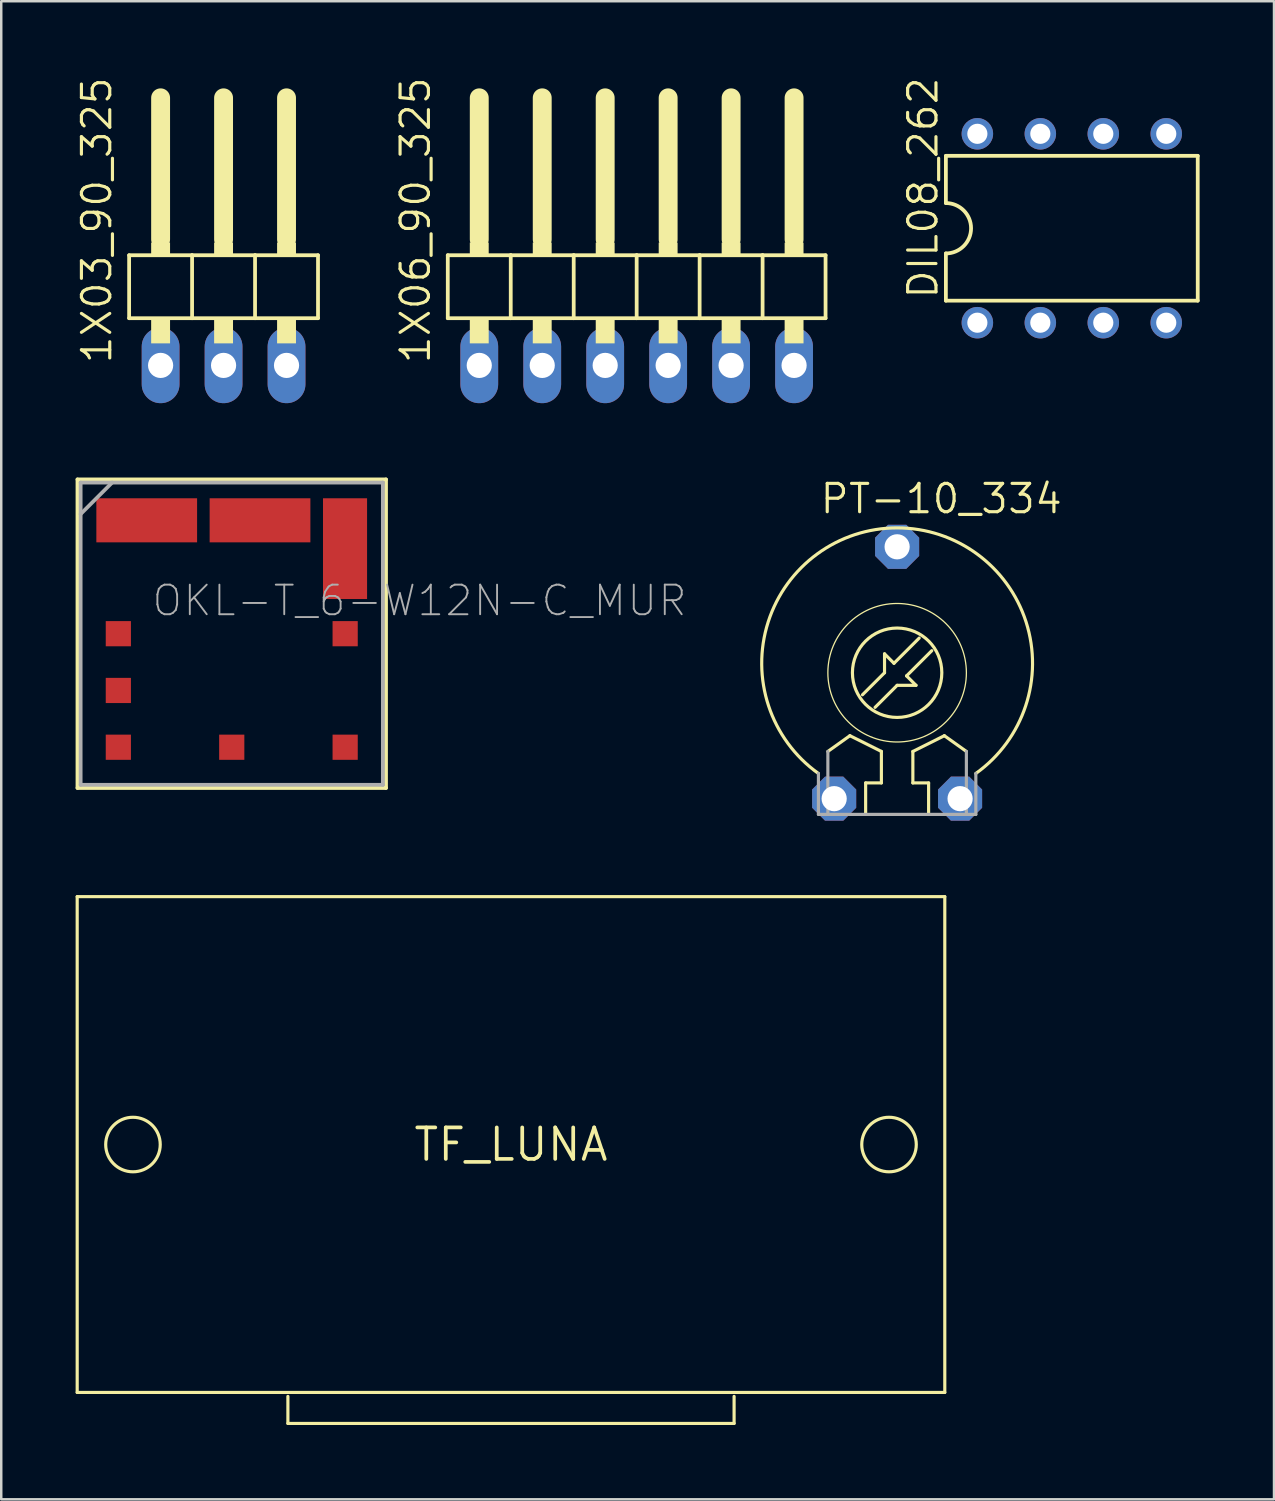
<source format=kicad_pcb>
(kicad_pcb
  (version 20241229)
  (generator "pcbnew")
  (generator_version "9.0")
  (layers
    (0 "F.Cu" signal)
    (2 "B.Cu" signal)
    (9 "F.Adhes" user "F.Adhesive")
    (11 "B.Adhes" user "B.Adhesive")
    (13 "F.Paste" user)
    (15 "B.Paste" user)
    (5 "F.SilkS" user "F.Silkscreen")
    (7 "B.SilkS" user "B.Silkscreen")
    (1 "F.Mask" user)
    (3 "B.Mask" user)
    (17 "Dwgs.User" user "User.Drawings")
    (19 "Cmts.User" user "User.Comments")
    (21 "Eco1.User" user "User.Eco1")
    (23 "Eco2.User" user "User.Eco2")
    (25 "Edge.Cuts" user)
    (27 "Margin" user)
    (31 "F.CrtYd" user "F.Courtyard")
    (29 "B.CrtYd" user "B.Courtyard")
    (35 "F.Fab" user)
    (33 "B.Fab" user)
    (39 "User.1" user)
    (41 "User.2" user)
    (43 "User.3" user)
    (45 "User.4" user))
  (footprint "PT-10_334"
    (layer "F.Cu")
    (at 33.141 24.089)
    (property "Reference" "PT-10_334" (at -3.175 -6.35 0) (unlocked yes) (layer "F.SilkS") (effects (font (size 1.143 1.143) (thickness 0.127)) (justify left bottom)))
    (fp_line (start -2.794 3.175) (end -1.905 2.54) (stroke (width 0.127) (type solid)) (layer "F.SilkS"))
    (fp_line (start -1.905 2.54) (end -0.635 3.175) (stroke (width 0.127) (type solid)) (layer "F.SilkS"))
    (fp_line (start -1.27 4.445) (end -1.27 5.715) (stroke (width 0.127) (type solid)) (layer "F.SilkS"))
    (fp_line (start -0.635 3.175) (end -0.635 4.445) (stroke (width 0.127) (type solid)) (layer "F.SilkS"))
    (fp_line (start -0.635 4.445) (end -1.27 4.445) (stroke (width 0.127) (type solid)) (layer "F.SilkS"))
    (fp_line (start -0.508 -0.762) (end -0.508 0) (stroke (width 0.127) (type solid)) (layer "F.SilkS"))
    (fp_line (start -0.508 0) (end -1.397 0.889) (stroke (width 0.127) (type solid)) (layer "F.SilkS"))
    (fp_line (start -0.127 -0.381) (end -0.508 -0.762) (stroke (width 0.127) (type solid)) (layer "F.SilkS"))
    (fp_line (start 0 0.508) (end -0.889 1.397) (stroke (width 0.127) (type solid)) (layer "F.SilkS"))
    (fp_line (start 0.381 0.127) (end 0.762 0.508) (stroke (width 0.127) (type solid)) (layer "F.SilkS"))
    (fp_line (start 0.635 3.175) (end 1.905 2.54) (stroke (width 0.127) (type solid)) (layer "F.SilkS"))
    (fp_line (start 0.635 4.445) (end 0.635 3.175) (stroke (width 0.127) (type solid)) (layer "F.SilkS"))
    (fp_line (start 0.762 0.508) (end 0 0.508) (stroke (width 0.127) (type solid)) (layer "F.SilkS"))
    (fp_line (start 0.889 -1.397) (end -0.127 -0.381) (stroke (width 0.127) (type solid)) (layer "F.SilkS"))
    (fp_line (start 1.27 4.445) (end 0.635 4.445) (stroke (width 0.127) (type solid)) (layer "F.SilkS"))
    (fp_line (start 1.27 5.715) (end 1.27 4.445) (stroke (width 0.127) (type solid)) (layer "F.SilkS"))
    (fp_line (start 1.397 -0.889) (end 0.381 0.127) (stroke (width 0.127) (type solid)) (layer "F.SilkS"))
    (fp_line (start 1.905 2.54) (end 2.794 3.175) (stroke (width 0.127) (type solid)) (layer "F.SilkS"))
    (fp_arc (start -3.175 4.064) (mid 0.000001 -5.843475) (end 3.174999 4.064001) (stroke (width 0.127) (type solid)) (layer "F.SilkS"))
    (fp_circle (center 0 0) (end 1.803 0) (stroke (width 0.127) (type solid)) (fill no) (layer "F.SilkS"))
    (fp_circle (center 0 0) (end 2.794 0) (stroke (width 0.051) (type solid)) (fill no) (layer "F.SilkS"))
    (fp_line (start -3.175 5.715) (end -3.175 4.064) (stroke (width 0.127) (type solid)) (layer "F.Fab"))
    (fp_line (start -3.175 5.715) (end 3.175 5.715) (stroke (width 0.127) (type solid)) (layer "F.Fab"))
    (fp_line (start -2.794 5.715) (end -2.794 3.175) (stroke (width 0.127) (type solid)) (layer "F.Fab"))
    (fp_line (start 2.794 3.175) (end 2.794 5.715) (stroke (width 0.127) (type solid)) (layer "F.Fab"))
    (fp_line (start 3.175 4.064) (end 3.175 5.715) (stroke (width 0.127) (type solid)) (layer "F.Fab"))
    (pad "1" thru_hole roundrect (at -2.54 5.08) (size 1.778 1.778) (drill 1.016) (layers "*.Cu" "*.Mask") (roundrect_rratio 0.25) (chamfer_ratio 0.293) (chamfer top_left top_right bottom_left bottom_right))
    (pad "2" thru_hole roundrect (at 2.54 5.08) (size 1.778 1.778) (drill 1.016) (layers "*.Cu" "*.Mask") (roundrect_rratio 0.25) (chamfer_ratio 0.293) (chamfer top_left top_right bottom_left bottom_right))
    (pad "3" thru_hole roundrect (at 0 -5.08) (size 1.778 1.778) (drill 1.016) (layers "*.Cu" "*.Mask") (roundrect_rratio 0.25) (chamfer_ratio 0.293) (chamfer top_left top_right bottom_left bottom_right)))
  (footprint "1X06_90_325"
    (layer "F.Cu")
    (at 22.634 7.881)
    (property "Reference" "1X06_90_325" (at -8.255 3.81 90) (unlocked yes) (layer "F.SilkS") (effects (font (size 1.143 1.143) (thickness 0.127)) (justify left bottom)))
    (fp_line (start -7.62 -0.635) (end -7.62 1.905) (stroke (width 0.152) (type solid)) (layer "F.SilkS"))
    (fp_line (start -7.62 1.905) (end -5.08 1.905) (stroke (width 0.152) (type solid)) (layer "F.SilkS"))
    (fp_line (start -6.35 -6.985) (end -6.35 -1.27) (stroke (width 0.762) (type solid)) (layer "F.SilkS"))
    (fp_line (start -5.08 -0.635) (end -7.62 -0.635) (stroke (width 0.152) (type solid)) (layer "F.SilkS"))
    (fp_line (start -5.08 1.905) (end -5.08 -0.635) (stroke (width 0.152) (type solid)) (layer "F.SilkS"))
    (fp_line (start -5.08 1.905) (end -2.54 1.905) (stroke (width 0.152) (type solid)) (layer "F.SilkS"))
    (fp_line (start -3.81 -6.985) (end -3.81 -1.27) (stroke (width 0.762) (type solid)) (layer "F.SilkS"))
    (fp_line (start -2.54 -0.635) (end -5.08 -0.635) (stroke (width 0.152) (type solid)) (layer "F.SilkS"))
    (fp_line (start -2.54 1.905) (end -2.54 -0.635) (stroke (width 0.152) (type solid)) (layer "F.SilkS"))
    (fp_line (start -2.54 1.905) (end 0 1.905) (stroke (width 0.152) (type solid)) (layer "F.SilkS"))
    (fp_line (start -1.27 -6.985) (end -1.27 -1.27) (stroke (width 0.762) (type solid)) (layer "F.SilkS"))
    (fp_line (start 0 -0.635) (end -2.54 -0.635) (stroke (width 0.152) (type solid)) (layer "F.SilkS"))
    (fp_line (start 0 1.905) (end 0 -0.635) (stroke (width 0.152) (type solid)) (layer "F.SilkS"))
    (fp_line (start 0 1.905) (end 2.54 1.905) (stroke (width 0.152) (type solid)) (layer "F.SilkS"))
    (fp_line (start 1.27 -6.985) (end 1.27 -1.27) (stroke (width 0.762) (type solid)) (layer "F.SilkS"))
    (fp_line (start 2.54 -0.635) (end 0 -0.635) (stroke (width 0.152) (type solid)) (layer "F.SilkS"))
    (fp_line (start 2.54 1.905) (end 2.54 -0.635) (stroke (width 0.152) (type solid)) (layer "F.SilkS"))
    (fp_line (start 2.54 1.905) (end 5.08 1.905) (stroke (width 0.152) (type solid)) (layer "F.SilkS"))
    (fp_line (start 3.81 -6.985) (end 3.81 -1.27) (stroke (width 0.762) (type solid)) (layer "F.SilkS"))
    (fp_line (start 5.08 -0.635) (end 2.54 -0.635) (stroke (width 0.152) (type solid)) (layer "F.SilkS"))
    (fp_line (start 5.08 1.905) (end 5.08 -0.635) (stroke (width 0.152) (type solid)) (layer "F.SilkS"))
    (fp_line (start 5.08 1.905) (end 7.62 1.905) (stroke (width 0.152) (type solid)) (layer "F.SilkS"))
    (fp_line (start 6.35 -6.985) (end 6.35 -1.27) (stroke (width 0.762) (type solid)) (layer "F.SilkS"))
    (fp_line (start 7.62 -0.635) (end 5.08 -0.635) (stroke (width 0.152) (type solid)) (layer "F.SilkS"))
    (fp_line (start 7.62 1.905) (end 7.62 -0.635) (stroke (width 0.152) (type solid)) (layer "F.SilkS"))
    (fp_poly (pts (xy -6.731 -0.635) (xy -5.969 -0.635) (xy -5.969 -1.143) (xy -6.731 -1.143)) (stroke (width 0) (type default)) (fill yes) (layer "F.SilkS"))
    (fp_poly (pts (xy -6.731 2.921) (xy -5.969 2.921) (xy -5.969 1.905) (xy -6.731 1.905)) (stroke (width 0) (type default)) (fill yes) (layer "F.SilkS"))
    (fp_poly (pts (xy -4.191 -0.635) (xy -3.429 -0.635) (xy -3.429 -1.143) (xy -4.191 -1.143)) (stroke (width 0) (type default)) (fill yes) (layer "F.SilkS"))
    (fp_poly (pts (xy -4.191 2.921) (xy -3.429 2.921) (xy -3.429 1.905) (xy -4.191 1.905)) (stroke (width 0) (type default)) (fill yes) (layer "F.SilkS"))
    (fp_poly (pts (xy -1.651 -0.635) (xy -0.889 -0.635) (xy -0.889 -1.143) (xy -1.651 -1.143)) (stroke (width 0) (type default)) (fill yes) (layer "F.SilkS"))
    (fp_poly (pts (xy -1.651 2.921) (xy -0.889 2.921) (xy -0.889 1.905) (xy -1.651 1.905)) (stroke (width 0) (type default)) (fill yes) (layer "F.SilkS"))
    (fp_poly (pts (xy 0.889 -0.635) (xy 1.651 -0.635) (xy 1.651 -1.143) (xy 0.889 -1.143)) (stroke (width 0) (type default)) (fill yes) (layer "F.SilkS"))
    (fp_poly (pts (xy 0.889 2.921) (xy 1.651 2.921) (xy 1.651 1.905) (xy 0.889 1.905)) (stroke (width 0) (type default)) (fill yes) (layer "F.SilkS"))
    (fp_poly (pts (xy 3.429 -0.635) (xy 4.191 -0.635) (xy 4.191 -1.143) (xy 3.429 -1.143)) (stroke (width 0) (type default)) (fill yes) (layer "F.SilkS"))
    (fp_poly (pts (xy 3.429 2.921) (xy 4.191 2.921) (xy 4.191 1.905) (xy 3.429 1.905)) (stroke (width 0) (type default)) (fill yes) (layer "F.SilkS"))
    (fp_poly (pts (xy 5.969 -0.635) (xy 6.731 -0.635) (xy 6.731 -1.143) (xy 5.969 -1.143)) (stroke (width 0) (type default)) (fill yes) (layer "F.SilkS"))
    (fp_poly (pts (xy 5.969 2.921) (xy 6.731 2.921) (xy 6.731 1.905) (xy 5.969 1.905)) (stroke (width 0) (type default)) (fill yes) (layer "F.SilkS"))
    (pad "1" thru_hole oval (at -6.35 3.81 90) (size 3.048 1.524) (drill 1.016) (layers "*.Cu" "*.Mask"))
    (pad "2" thru_hole oval (at -3.81 3.81 90) (size 3.048 1.524) (drill 1.016) (layers "*.Cu" "*.Mask"))
    (pad "3" thru_hole oval (at -1.27 3.81 90) (size 3.048 1.524) (drill 1.016) (layers "*.Cu" "*.Mask"))
    (pad "4" thru_hole oval (at 1.27 3.81 90) (size 3.048 1.524) (drill 1.016) (layers "*.Cu" "*.Mask"))
    (pad "5" thru_hole oval (at 3.81 3.81 90) (size 3.048 1.524) (drill 1.016) (layers "*.Cu" "*.Mask"))
    (pad "6" thru_hole oval (at 6.35 3.81 90) (size 3.048 1.524) (drill 1.016) (layers "*.Cu" "*.Mask")))
  (footprint "OKL-T_6-W12N-C_MUR"
    (layer "F.Cu")
    (at 6.299 22.514)
    (property "Reference" "OKL-T_6-W12N-C_MUR" (at -3.277 -0.635 0) (unlocked yes) (layer "F.Fab") (effects (font (size 1.194 1.194) (thickness 0.076)) (justify left bottom)))
    (fp_line (start -6.223 -6.223) (end -6.223 6.223) (stroke (width 0.152) (type solid)) (layer "F.SilkS"))
    (fp_line (start -6.223 6.223) (end 6.223 6.223) (stroke (width 0.152) (type solid)) (layer "F.SilkS"))
    (fp_line (start 6.223 -6.223) (end -6.223 -6.223) (stroke (width 0.152) (type solid)) (layer "F.SilkS"))
    (fp_line (start 6.223 6.223) (end 6.223 -6.223) (stroke (width 0.152) (type solid)) (layer "F.SilkS"))
    (fp_line (start -6.096 -6.096) (end -6.096 6.096) (stroke (width 0.152) (type solid)) (layer "F.Fab"))
    (fp_line (start -6.096 -4.826) (end -4.826 -6.096) (stroke (width 0.152) (type solid)) (layer "F.Fab"))
    (fp_line (start -6.096 6.096) (end 6.096 6.096) (stroke (width 0.152) (type solid)) (layer "F.Fab"))
    (fp_line (start 6.096 -6.096) (end -6.096 -6.096) (stroke (width 0.152) (type solid)) (layer "F.Fab"))
    (fp_line (start 6.096 6.096) (end 6.096 -6.096) (stroke (width 0.152) (type solid)) (layer "F.Fab"))
    (pad "1" smd rect (at -4.575 0) (size 1.016 1.016) (layers "F.Cu" "F.Mask" "F.Paste"))
    (pad "2" smd rect (at -3.43 -4.574) (size 4.064 1.778) (layers "F.Cu" "F.Mask" "F.Paste"))
    (pad "3" smd rect (at 1.14 -4.574) (size 4.064 1.778) (layers "F.Cu" "F.Mask" "F.Paste"))
    (pad "4" smd rect (at 4.57 -3.431 90) (size 4.064 1.778) (layers "F.Cu" "F.Mask" "F.Paste"))
    (pad "5" smd rect (at 4.575 0 180) (size 1.016 1.016) (layers "F.Cu" "F.Mask" "F.Paste"))
    (pad "6" smd rect (at 4.575 4.58 180) (size 1.016 1.016) (layers "F.Cu" "F.Mask" "F.Paste"))
    (pad "7" smd rect (at 0 4.58 90) (size 1.016 1.016) (layers "F.Cu" "F.Mask" "F.Paste"))
    (pad "9" smd rect (at -4.575 4.58) (size 1.016 1.016) (layers "F.Cu" "F.Mask" "F.Paste"))
    (pad "10" smd rect (at -4.575 2.29) (size 1.016 1.016) (layers "F.Cu" "F.Mask" "F.Paste")))
  (footprint "1X03_90_325"
    (layer "F.Cu")
    (at 5.969 7.881)
    (property "Reference" "1X03_90_325" (at -4.445 3.81 90) (unlocked yes) (layer "F.SilkS") (effects (font (size 1.143 1.143) (thickness 0.127)) (justify left bottom)))
    (fp_line (start -3.81 -0.635) (end -3.81 1.905) (stroke (width 0.152) (type solid)) (layer "F.SilkS"))
    (fp_line (start -3.81 1.905) (end -1.27 1.905) (stroke (width 0.152) (type solid)) (layer "F.SilkS"))
    (fp_line (start -2.54 -6.985) (end -2.54 -1.27) (stroke (width 0.762) (type solid)) (layer "F.SilkS"))
    (fp_line (start -1.27 -0.635) (end -3.81 -0.635) (stroke (width 0.152) (type solid)) (layer "F.SilkS"))
    (fp_line (start -1.27 1.905) (end -1.27 -0.635) (stroke (width 0.152) (type solid)) (layer "F.SilkS"))
    (fp_line (start -1.27 1.905) (end 1.27 1.905) (stroke (width 0.152) (type solid)) (layer "F.SilkS"))
    (fp_line (start 0 -6.985) (end 0 -1.27) (stroke (width 0.762) (type solid)) (layer "F.SilkS"))
    (fp_line (start 1.27 -0.635) (end -1.27 -0.635) (stroke (width 0.152) (type solid)) (layer "F.SilkS"))
    (fp_line (start 1.27 1.905) (end 1.27 -0.635) (stroke (width 0.152) (type solid)) (layer "F.SilkS"))
    (fp_line (start 1.27 1.905) (end 3.81 1.905) (stroke (width 0.152) (type solid)) (layer "F.SilkS"))
    (fp_line (start 2.54 -6.985) (end 2.54 -1.27) (stroke (width 0.762) (type solid)) (layer "F.SilkS"))
    (fp_line (start 3.81 -0.635) (end 1.27 -0.635) (stroke (width 0.152) (type solid)) (layer "F.SilkS"))
    (fp_line (start 3.81 1.905) (end 3.81 -0.635) (stroke (width 0.152) (type solid)) (layer "F.SilkS"))
    (fp_poly (pts (xy -2.921 -0.635) (xy -2.159 -0.635) (xy -2.159 -1.143) (xy -2.921 -1.143)) (stroke (width 0) (type default)) (fill yes) (layer "F.SilkS"))
    (fp_poly (pts (xy -2.921 2.921) (xy -2.159 2.921) (xy -2.159 1.905) (xy -2.921 1.905)) (stroke (width 0) (type default)) (fill yes) (layer "F.SilkS"))
    (fp_poly (pts (xy -0.381 -0.635) (xy 0.381 -0.635) (xy 0.381 -1.143) (xy -0.381 -1.143)) (stroke (width 0) (type default)) (fill yes) (layer "F.SilkS"))
    (fp_poly (pts (xy -0.381 2.921) (xy 0.381 2.921) (xy 0.381 1.905) (xy -0.381 1.905)) (stroke (width 0) (type default)) (fill yes) (layer "F.SilkS"))
    (fp_poly (pts (xy 2.159 -0.635) (xy 2.921 -0.635) (xy 2.921 -1.143) (xy 2.159 -1.143)) (stroke (width 0) (type default)) (fill yes) (layer "F.SilkS"))
    (fp_poly (pts (xy 2.159 2.921) (xy 2.921 2.921) (xy 2.921 1.905) (xy 2.159 1.905)) (stroke (width 0) (type default)) (fill yes) (layer "F.SilkS"))
    (pad "1" thru_hole oval (at -2.54 3.81 90) (size 3.048 1.524) (drill 1.016) (layers "*.Cu" "*.Mask"))
    (pad "2" thru_hole oval (at 0 3.81 90) (size 3.048 1.524) (drill 1.016) (layers "*.Cu" "*.Mask"))
    (pad "3" thru_hole oval (at 2.54 3.81 90) (size 3.048 1.524) (drill 1.016) (layers "*.Cu" "*.Mask")))
  (footprint "DIL08_262"
    (layer "F.Cu")
    (at 40.188 6.158)
    (property "Reference" "DIL08_262" (at -5.334 2.921 90) (unlocked yes) (layer "F.SilkS") (effects (font (size 1.143 1.143) (thickness 0.127)) (justify left bottom)))
    (fp_line (start -5.08 -2.921) (end -5.08 -1.016) (stroke (width 0.152) (type solid)) (layer "F.SilkS"))
    (fp_line (start -5.08 2.921) (end -5.08 1.016) (stroke (width 0.152) (type solid)) (layer "F.SilkS"))
    (fp_line (start -5.08 2.921) (end 5.08 2.921) (stroke (width 0.152) (type solid)) (layer "F.SilkS"))
    (fp_line (start 5.08 -2.921) (end -5.08 -2.921) (stroke (width 0.152) (type solid)) (layer "F.SilkS"))
    (fp_line (start 5.08 -2.921) (end 5.08 2.921) (stroke (width 0.152) (type solid)) (layer "F.SilkS"))
    (fp_arc (start -5.08 -1.016) (mid -4.064 0) (end -5.08 1.016) (stroke (width 0.1524) (type solid)) (layer "F.SilkS"))
    (pad "1" thru_hole circle (at -3.81 3.81 90) (size 1.27 1.27) (drill 0.813) (layers "*.Cu" "*.Mask"))
    (pad "2" thru_hole circle (at -1.27 3.81 90) (size 1.27 1.27) (drill 0.813) (layers "*.Cu" "*.Mask"))
    (pad "3" thru_hole circle (at 1.27 3.81 90) (size 1.27 1.27) (drill 0.813) (layers "*.Cu" "*.Mask"))
    (pad "4" thru_hole circle (at 3.81 3.81 90) (size 1.27 1.27) (drill 0.813) (layers "*.Cu" "*.Mask"))
    (pad "5" thru_hole circle (at 3.81 -3.81 90) (size 1.27 1.27) (drill 0.813) (layers "*.Cu" "*.Mask"))
    (pad "6" thru_hole circle (at 1.27 -3.81 90) (size 1.27 1.27) (drill 0.813) (layers "*.Cu" "*.Mask"))
    (pad "7" thru_hole circle (at -1.27 -3.81 90) (size 1.27 1.27) (drill 0.813) (layers "*.Cu" "*.Mask"))
    (pad "8" thru_hole circle (at -3.81 -3.81 90) (size 1.27 1.27) (drill 0.813) (layers "*.Cu" "*.Mask")))
  (footprint "TF_LUNA"
    (layer "F.Cu")
    (at 17.564 43.122)
    (property "Reference" "TF_LUNA" (at 0 0 0) (layer "F.SilkS") (effects (font (size 1.27 1.27) (thickness 0.15))))
    (fp_line (start -17.5 -10) (end 17.5 -10) (stroke (width 0.127) (type solid)) (layer "F.SilkS"))
    (fp_line (start -17.5 10) (end -17.5 -10) (stroke (width 0.127) (type solid)) (layer "F.SilkS"))
    (fp_line (start -9 10.16) (end -9 11.25) (stroke (width 0.127) (type solid)) (layer "F.SilkS"))
    (fp_line (start -9 11.25) (end 9 11.25) (stroke (width 0.127) (type solid)) (layer "F.SilkS"))
    (fp_line (start 9 11.25) (end 9 10.16) (stroke (width 0.127) (type solid)) (layer "F.SilkS"))
    (fp_line (start 17.5 -10) (end 17.5 10) (stroke (width 0.127) (type solid)) (layer "F.SilkS"))
    (fp_line (start 17.5 10) (end -17.5 10) (stroke (width 0.127) (type solid)) (layer "F.SilkS"))
    (fp_circle (center -15.25 0) (end -14.15 0) (stroke (width 0.127) (type solid)) (fill no) (layer "F.SilkS"))
    (fp_circle (center 15.25 0) (end 16.35 0) (stroke (width 0.127) (type solid)) (fill no) (layer "F.SilkS")))
  (gr_rect
    (start -3 -3)
    (end 48.345 57.435)
    (stroke (width 0.1) (type default))
    (fill no)
    (layer "Edge.Cuts")))
</source>
